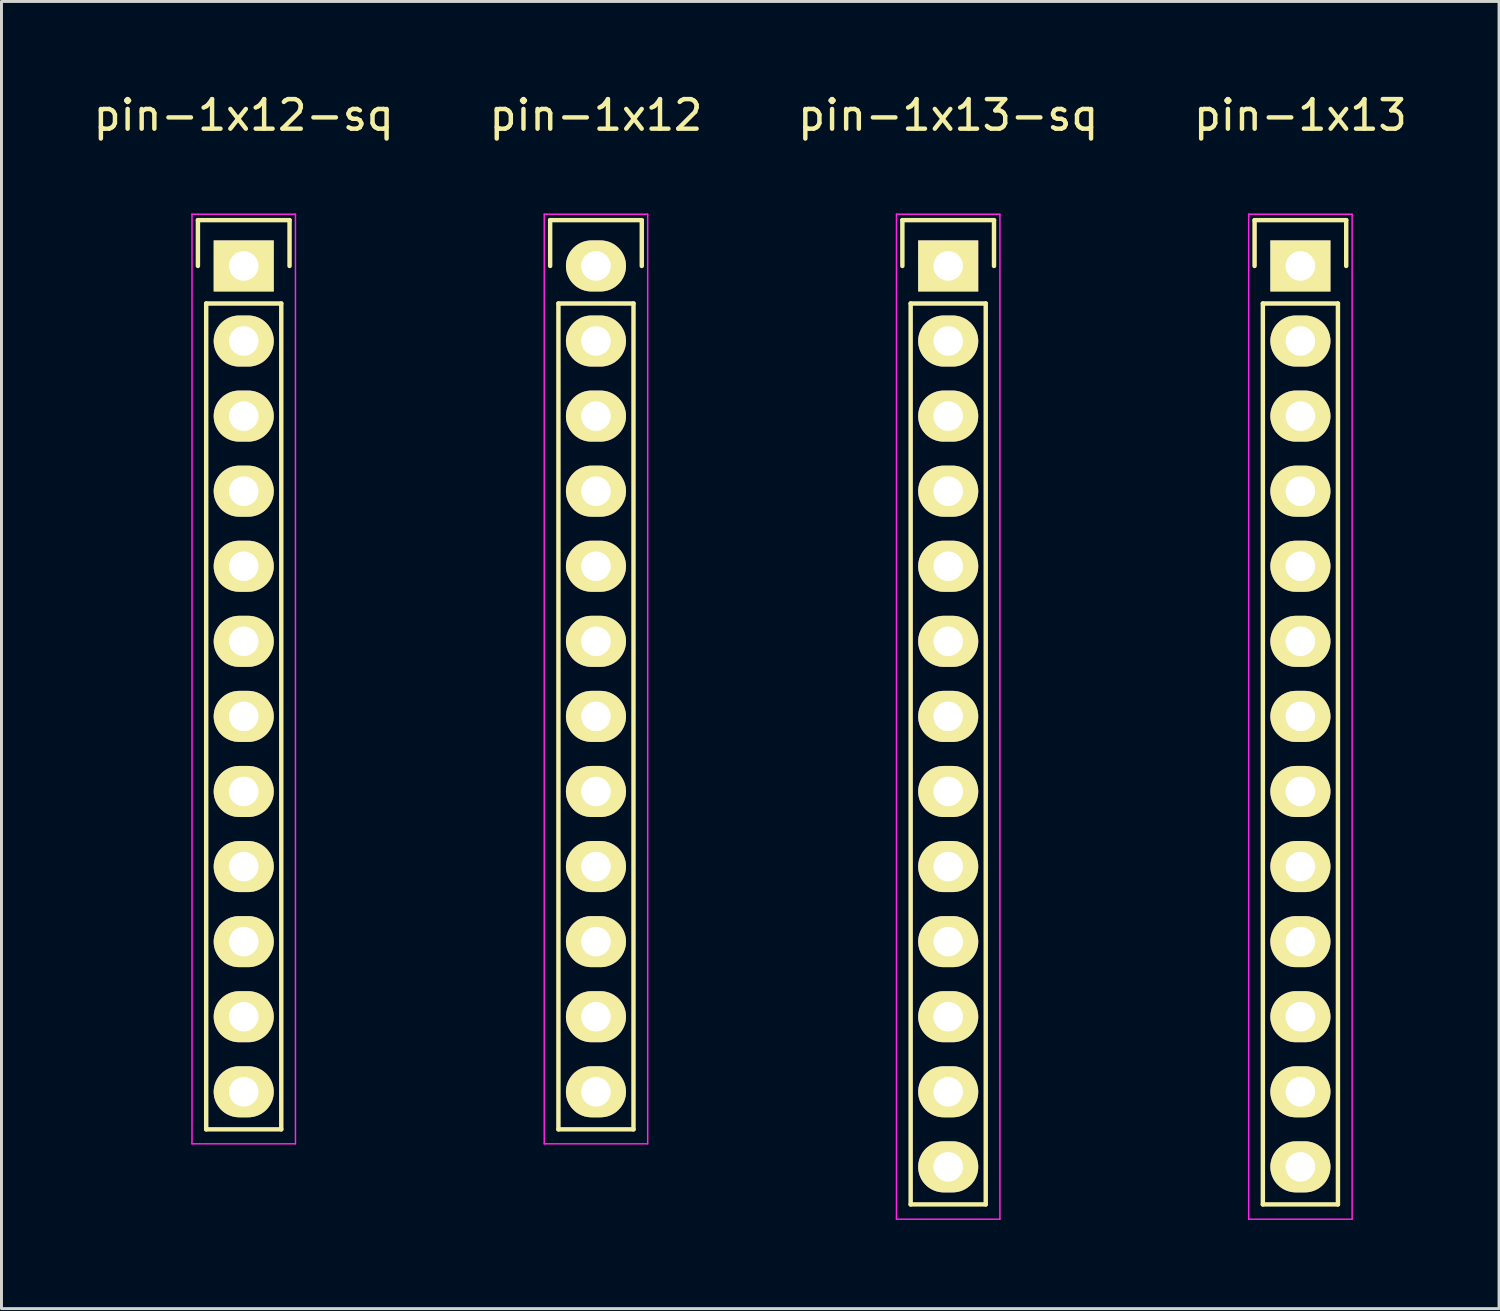
<source format=kicad_pcb>
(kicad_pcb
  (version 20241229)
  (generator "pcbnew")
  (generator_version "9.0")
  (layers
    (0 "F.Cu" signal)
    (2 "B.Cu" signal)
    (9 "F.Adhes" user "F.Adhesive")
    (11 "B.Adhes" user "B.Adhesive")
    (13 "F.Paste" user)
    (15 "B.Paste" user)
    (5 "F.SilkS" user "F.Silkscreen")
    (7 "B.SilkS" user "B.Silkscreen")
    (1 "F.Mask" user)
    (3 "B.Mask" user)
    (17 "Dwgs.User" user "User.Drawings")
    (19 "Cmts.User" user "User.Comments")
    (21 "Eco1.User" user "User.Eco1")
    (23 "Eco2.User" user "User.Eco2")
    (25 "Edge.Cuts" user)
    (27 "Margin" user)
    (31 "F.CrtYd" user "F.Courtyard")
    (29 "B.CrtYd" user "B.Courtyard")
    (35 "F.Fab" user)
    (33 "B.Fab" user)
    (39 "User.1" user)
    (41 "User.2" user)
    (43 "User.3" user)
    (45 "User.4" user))
  (footprint "pin-1x12-sq"
    (layer "F.Cu")
    (at 5.196 5.948)
    (property "Reference" "pin-1x12-sq" (at 0 -5.1 0) (layer "F.SilkS") (effects (font (size 1 1) (thickness 0.15))))
    (attr through_hole)
    (fp_line (start -1.55 -1.55) (end 1.55 -1.55) (stroke (width 0.15) (type solid)) (layer "F.SilkS"))
    (fp_line (start -1.55 0) (end -1.55 -1.55) (stroke (width 0.15) (type solid)) (layer "F.SilkS"))
    (fp_line (start -1.27 29.21) (end -1.27 1.27) (stroke (width 0.15) (type solid)) (layer "F.SilkS"))
    (fp_line (start 1.27 1.27) (end -1.27 1.27) (stroke (width 0.15) (type solid)) (layer "F.SilkS"))
    (fp_line (start 1.27 1.27) (end 1.27 29.21) (stroke (width 0.15) (type solid)) (layer "F.SilkS"))
    (fp_line (start 1.27 29.21) (end -1.27 29.21) (stroke (width 0.15) (type solid)) (layer "F.SilkS"))
    (fp_line (start 1.55 -1.55) (end 1.55 0) (stroke (width 0.15) (type solid)) (layer "F.SilkS"))
    (fp_line (start -1.75 -1.75) (end -1.75 29.7) (stroke (width 0.05) (type solid)) (layer "F.CrtYd"))
    (fp_line (start -1.75 -1.75) (end 1.75 -1.75) (stroke (width 0.05) (type solid)) (layer "F.CrtYd"))
    (fp_line (start -1.75 29.7) (end 1.75 29.7) (stroke (width 0.05) (type solid)) (layer "F.CrtYd"))
    (fp_line (start 1.75 -1.75) (end 1.75 29.7) (stroke (width 0.05) (type solid)) (layer "F.CrtYd"))
    (pad "1" thru_hole rect (at 0 0) (size 2.032 1.727) (drill 1) (layers "*.Cu" "*.Mask" "F.SilkS"))
    (pad "2" thru_hole oval (at 0 2.54) (size 2.032 1.727) (drill 1) (layers "*.Cu" "*.Mask" "F.SilkS"))
    (pad "3" thru_hole oval (at 0 5.08) (size 2.032 1.727) (drill 1) (layers "*.Cu" "*.Mask" "F.SilkS"))
    (pad "4" thru_hole oval (at 0 7.62) (size 2.032 1.727) (drill 1) (layers "*.Cu" "*.Mask" "F.SilkS"))
    (pad "5" thru_hole oval (at 0 10.16) (size 2.032 1.727) (drill 1) (layers "*.Cu" "*.Mask" "F.SilkS"))
    (pad "6" thru_hole oval (at 0 12.7) (size 2.032 1.727) (drill 1) (layers "*.Cu" "*.Mask" "F.SilkS"))
    (pad "7" thru_hole oval (at 0 15.24) (size 2.032 1.727) (drill 1) (layers "*.Cu" "*.Mask" "F.SilkS"))
    (pad "8" thru_hole oval (at 0 17.78) (size 2.032 1.727) (drill 1) (layers "*.Cu" "*.Mask" "F.SilkS"))
    (pad "9" thru_hole oval (at 0 20.32) (size 2.032 1.727) (drill 1) (layers "*.Cu" "*.Mask" "F.SilkS"))
    (pad "10" thru_hole oval (at 0 22.86) (size 2.032 1.727) (drill 1) (layers "*.Cu" "*.Mask" "F.SilkS"))
    (pad "11" thru_hole oval (at 0 25.4) (size 2.032 1.727) (drill 1) (layers "*.Cu" "*.Mask" "F.SilkS"))
    (pad "12" thru_hole oval (at 0 27.94) (size 2.032 1.727) (drill 1) (layers "*.Cu" "*.Mask" "F.SilkS")))
  (footprint "pin-1x12"
    (layer "F.Cu")
    (at 17.113 5.948)
    (property "Reference" "pin-1x12" (at 0 -5.1 0) (layer "F.SilkS") (effects (font (size 1 1) (thickness 0.15))))
    (attr through_hole)
    (fp_line (start -1.55 -1.55) (end 1.55 -1.55) (stroke (width 0.15) (type solid)) (layer "F.SilkS"))
    (fp_line (start -1.55 0) (end -1.55 -1.55) (stroke (width 0.15) (type solid)) (layer "F.SilkS"))
    (fp_line (start -1.27 29.21) (end -1.27 1.27) (stroke (width 0.15) (type solid)) (layer "F.SilkS"))
    (fp_line (start 1.27 1.27) (end -1.27 1.27) (stroke (width 0.15) (type solid)) (layer "F.SilkS"))
    (fp_line (start 1.27 1.27) (end 1.27 29.21) (stroke (width 0.15) (type solid)) (layer "F.SilkS"))
    (fp_line (start 1.27 29.21) (end -1.27 29.21) (stroke (width 0.15) (type solid)) (layer "F.SilkS"))
    (fp_line (start 1.55 -1.55) (end 1.55 0) (stroke (width 0.15) (type solid)) (layer "F.SilkS"))
    (fp_line (start -1.75 -1.75) (end -1.75 29.7) (stroke (width 0.05) (type solid)) (layer "F.CrtYd"))
    (fp_line (start -1.75 -1.75) (end 1.75 -1.75) (stroke (width 0.05) (type solid)) (layer "F.CrtYd"))
    (fp_line (start -1.75 29.7) (end 1.75 29.7) (stroke (width 0.05) (type solid)) (layer "F.CrtYd"))
    (fp_line (start 1.75 -1.75) (end 1.75 29.7) (stroke (width 0.05) (type solid)) (layer "F.CrtYd"))
    (pad "1" thru_hole oval (at 0 0) (size 2.032 1.727) (drill 1) (layers "*.Cu" "*.Mask" "F.SilkS"))
    (pad "2" thru_hole oval (at 0 2.54) (size 2.032 1.727) (drill 1) (layers "*.Cu" "*.Mask" "F.SilkS"))
    (pad "3" thru_hole oval (at 0 5.08) (size 2.032 1.727) (drill 1) (layers "*.Cu" "*.Mask" "F.SilkS"))
    (pad "4" thru_hole oval (at 0 7.62) (size 2.032 1.727) (drill 1) (layers "*.Cu" "*.Mask" "F.SilkS"))
    (pad "5" thru_hole oval (at 0 10.16) (size 2.032 1.727) (drill 1) (layers "*.Cu" "*.Mask" "F.SilkS"))
    (pad "6" thru_hole oval (at 0 12.7) (size 2.032 1.727) (drill 1) (layers "*.Cu" "*.Mask" "F.SilkS"))
    (pad "7" thru_hole oval (at 0 15.24) (size 2.032 1.727) (drill 1) (layers "*.Cu" "*.Mask" "F.SilkS"))
    (pad "8" thru_hole oval (at 0 17.78) (size 2.032 1.727) (drill 1) (layers "*.Cu" "*.Mask" "F.SilkS"))
    (pad "9" thru_hole oval (at 0 20.32) (size 2.032 1.727) (drill 1) (layers "*.Cu" "*.Mask" "F.SilkS"))
    (pad "10" thru_hole oval (at 0 22.86) (size 2.032 1.727) (drill 1) (layers "*.Cu" "*.Mask" "F.SilkS"))
    (pad "11" thru_hole oval (at 0 25.4) (size 2.032 1.727) (drill 1) (layers "*.Cu" "*.Mask" "F.SilkS"))
    (pad "12" thru_hole oval (at 0 27.94) (size 2.032 1.727) (drill 1) (layers "*.Cu" "*.Mask" "F.SilkS")))
  (footprint "pin-1x13"
    (layer "F.Cu")
    (at 40.946 5.948)
    (property "Reference" "pin-1x13" (at 0 -5.1 0) (layer "F.SilkS") (effects (font (size 1 1) (thickness 0.15))))
    (attr through_hole)
    (fp_line (start -1.55 -1.55) (end 1.55 -1.55) (stroke (width 0.15) (type solid)) (layer "F.SilkS"))
    (fp_line (start -1.55 0) (end -1.55 -1.55) (stroke (width 0.15) (type solid)) (layer "F.SilkS"))
    (fp_line (start -1.27 1.27) (end -1.27 31.75) (stroke (width 0.15) (type solid)) (layer "F.SilkS"))
    (fp_line (start -1.27 31.75) (end 1.27 31.75) (stroke (width 0.15) (type solid)) (layer "F.SilkS"))
    (fp_line (start 1.27 1.27) (end -1.27 1.27) (stroke (width 0.15) (type solid)) (layer "F.SilkS"))
    (fp_line (start 1.27 31.75) (end 1.27 1.27) (stroke (width 0.15) (type solid)) (layer "F.SilkS"))
    (fp_line (start 1.55 -1.55) (end 1.55 0) (stroke (width 0.15) (type solid)) (layer "F.SilkS"))
    (fp_line (start -1.75 -1.75) (end -1.75 32.25) (stroke (width 0.05) (type solid)) (layer "F.CrtYd"))
    (fp_line (start -1.75 -1.75) (end 1.75 -1.75) (stroke (width 0.05) (type solid)) (layer "F.CrtYd"))
    (fp_line (start -1.75 32.25) (end 1.75 32.25) (stroke (width 0.05) (type solid)) (layer "F.CrtYd"))
    (fp_line (start 1.75 -1.75) (end 1.75 32.25) (stroke (width 0.05) (type solid)) (layer "F.CrtYd"))
    (pad "1" thru_hole rect (at 0 0) (size 2.032 1.727) (drill 1) (layers "*.Cu" "*.Mask" "F.SilkS"))
    (pad "2" thru_hole oval (at 0 2.54) (size 2.032 1.727) (drill 1) (layers "*.Cu" "*.Mask" "F.SilkS"))
    (pad "3" thru_hole oval (at 0 5.08) (size 2.032 1.727) (drill 1) (layers "*.Cu" "*.Mask" "F.SilkS"))
    (pad "4" thru_hole oval (at 0 7.62) (size 2.032 1.727) (drill 1) (layers "*.Cu" "*.Mask" "F.SilkS"))
    (pad "5" thru_hole oval (at 0 10.16) (size 2.032 1.727) (drill 1) (layers "*.Cu" "*.Mask" "F.SilkS"))
    (pad "6" thru_hole oval (at 0 12.7) (size 2.032 1.727) (drill 1) (layers "*.Cu" "*.Mask" "F.SilkS"))
    (pad "7" thru_hole oval (at 0 15.24) (size 2.032 1.727) (drill 1) (layers "*.Cu" "*.Mask" "F.SilkS"))
    (pad "8" thru_hole oval (at 0 17.78) (size 2.032 1.727) (drill 1) (layers "*.Cu" "*.Mask" "F.SilkS"))
    (pad "9" thru_hole oval (at 0 20.32) (size 2.032 1.727) (drill 1) (layers "*.Cu" "*.Mask" "F.SilkS"))
    (pad "10" thru_hole oval (at 0 22.86) (size 2.032 1.727) (drill 1) (layers "*.Cu" "*.Mask" "F.SilkS"))
    (pad "11" thru_hole oval (at 0 25.4) (size 2.032 1.727) (drill 1) (layers "*.Cu" "*.Mask" "F.SilkS"))
    (pad "12" thru_hole oval (at 0 27.94) (size 2.032 1.727) (drill 1) (layers "*.Cu" "*.Mask" "F.SilkS"))
    (pad "13" thru_hole oval (at 0 30.48) (size 2.032 1.727) (drill 1) (layers "*.Cu" "*.Mask" "F.SilkS")))
  (footprint "pin-1x13-sq"
    (layer "F.Cu")
    (at 29.03 5.948)
    (property "Reference" "pin-1x13-sq" (at 0 -5.1 0) (layer "F.SilkS") (effects (font (size 1 1) (thickness 0.15))))
    (attr through_hole)
    (fp_line (start -1.55 -1.55) (end 1.55 -1.55) (stroke (width 0.15) (type solid)) (layer "F.SilkS"))
    (fp_line (start -1.55 0) (end -1.55 -1.55) (stroke (width 0.15) (type solid)) (layer "F.SilkS"))
    (fp_line (start -1.27 1.27) (end -1.27 31.75) (stroke (width 0.15) (type solid)) (layer "F.SilkS"))
    (fp_line (start -1.27 31.75) (end 1.27 31.75) (stroke (width 0.15) (type solid)) (layer "F.SilkS"))
    (fp_line (start 1.27 1.27) (end -1.27 1.27) (stroke (width 0.15) (type solid)) (layer "F.SilkS"))
    (fp_line (start 1.27 31.75) (end 1.27 1.27) (stroke (width 0.15) (type solid)) (layer "F.SilkS"))
    (fp_line (start 1.55 -1.55) (end 1.55 0) (stroke (width 0.15) (type solid)) (layer "F.SilkS"))
    (fp_line (start -1.75 -1.75) (end -1.75 32.25) (stroke (width 0.05) (type solid)) (layer "F.CrtYd"))
    (fp_line (start -1.75 -1.75) (end 1.75 -1.75) (stroke (width 0.05) (type solid)) (layer "F.CrtYd"))
    (fp_line (start -1.75 32.25) (end 1.75 32.25) (stroke (width 0.05) (type solid)) (layer "F.CrtYd"))
    (fp_line (start 1.75 -1.75) (end 1.75 32.25) (stroke (width 0.05) (type solid)) (layer "F.CrtYd"))
    (pad "1" thru_hole rect (at 0 0) (size 2.032 1.727) (drill 1) (layers "*.Cu" "*.Mask" "F.SilkS"))
    (pad "2" thru_hole oval (at 0 2.54) (size 2.032 1.727) (drill 1) (layers "*.Cu" "*.Mask" "F.SilkS"))
    (pad "3" thru_hole oval (at 0 5.08) (size 2.032 1.727) (drill 1) (layers "*.Cu" "*.Mask" "F.SilkS"))
    (pad "4" thru_hole oval (at 0 7.62) (size 2.032 1.727) (drill 1) (layers "*.Cu" "*.Mask" "F.SilkS"))
    (pad "5" thru_hole oval (at 0 10.16) (size 2.032 1.727) (drill 1) (layers "*.Cu" "*.Mask" "F.SilkS"))
    (pad "6" thru_hole oval (at 0 12.7) (size 2.032 1.727) (drill 1) (layers "*.Cu" "*.Mask" "F.SilkS"))
    (pad "7" thru_hole oval (at 0 15.24) (size 2.032 1.727) (drill 1) (layers "*.Cu" "*.Mask" "F.SilkS"))
    (pad "8" thru_hole oval (at 0 17.78) (size 2.032 1.727) (drill 1) (layers "*.Cu" "*.Mask" "F.SilkS"))
    (pad "9" thru_hole oval (at 0 20.32) (size 2.032 1.727) (drill 1) (layers "*.Cu" "*.Mask" "F.SilkS"))
    (pad "10" thru_hole oval (at 0 22.86) (size 2.032 1.727) (drill 1) (layers "*.Cu" "*.Mask" "F.SilkS"))
    (pad "11" thru_hole oval (at 0 25.4) (size 2.032 1.727) (drill 1) (layers "*.Cu" "*.Mask" "F.SilkS"))
    (pad "12" thru_hole oval (at 0 27.94) (size 2.032 1.727) (drill 1) (layers "*.Cu" "*.Mask" "F.SilkS"))
    (pad "13" thru_hole oval (at 0 30.48) (size 2.032 1.727) (drill 1) (layers "*.Cu" "*.Mask" "F.SilkS")))
  (gr_rect
    (start -3 -3)
    (end 47.667 41.223)
    (stroke (width 0.1) (type default))
    (fill no)
    (layer "Edge.Cuts")))
</source>
